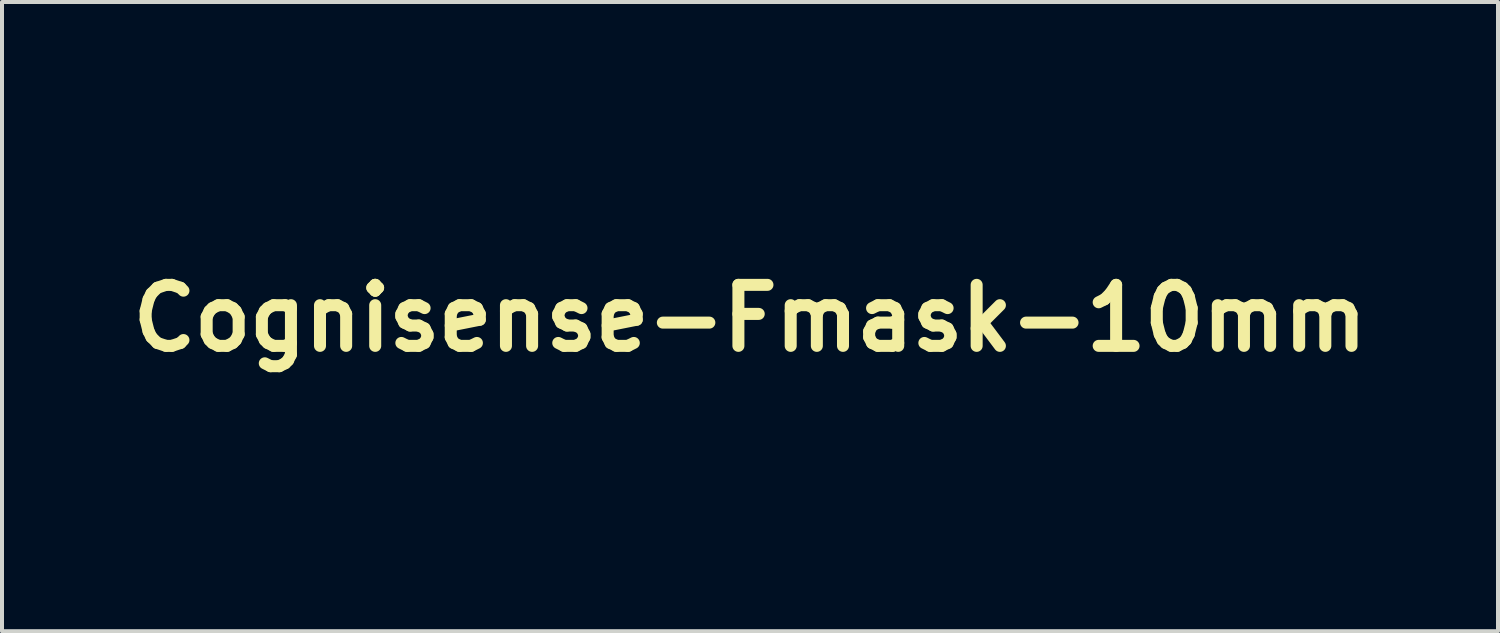
<source format=kicad_pcb>
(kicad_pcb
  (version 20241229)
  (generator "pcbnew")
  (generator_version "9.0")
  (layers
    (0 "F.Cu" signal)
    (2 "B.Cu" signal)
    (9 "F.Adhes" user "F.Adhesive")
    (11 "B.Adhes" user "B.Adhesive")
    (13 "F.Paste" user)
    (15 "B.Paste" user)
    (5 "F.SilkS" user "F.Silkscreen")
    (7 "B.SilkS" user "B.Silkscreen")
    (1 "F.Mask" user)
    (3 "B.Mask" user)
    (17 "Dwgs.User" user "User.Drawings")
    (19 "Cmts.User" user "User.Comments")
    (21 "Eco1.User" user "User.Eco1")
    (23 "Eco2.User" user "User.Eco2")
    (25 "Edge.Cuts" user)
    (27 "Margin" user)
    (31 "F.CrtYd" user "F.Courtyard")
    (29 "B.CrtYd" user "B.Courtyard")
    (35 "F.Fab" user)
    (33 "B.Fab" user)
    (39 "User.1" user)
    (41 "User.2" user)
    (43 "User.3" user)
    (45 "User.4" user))
  (footprint "Cognisense-Fmask-10mm"
    (layer "F.Cu")
    (at 15.683 4.899)
    (property "Reference" "Cognisense-Fmask-10mm" (at 0 0 0) (layer "F.SilkS") (effects (font (size 1.524 1.524) (thickness 0.3))))
    (attr through_hole)
    (fp_poly (pts (xy 3.035 0.132) (xy 3.021 0.254) (xy 3.012 0.359) (xy 3.012 0.386) (xy 3.007 0.43) (xy 2.986 0.456) (xy 2.937 0.465) (xy 2.848 0.458) (xy 2.708 0.435) (xy 2.564 0.408) (xy 2.279 0.354) (xy 2.3 0.245) (xy 2.317 0.134) (xy 2.322 0.05) (xy 2.325 0.011) (xy 2.342 -0.014) (xy 2.386 -0.028) (xy 2.47 -0.035) (xy 2.609 -0.036) (xy 2.69 -0.036) (xy 3.058 -0.036) (xy 3.035 0.132)) (stroke (width 0.01) (type solid)) (fill yes) (layer "F.Mask"))
    (fp_poly (pts (xy 2.267 0.701) (xy 2.362 0.732) (xy 2.482 0.775) (xy 2.611 0.823) (xy 2.73 0.869) (xy 2.821 0.908) (xy 2.865 0.931) (xy 2.867 0.933) (xy 2.851 0.99) (xy 2.812 1.082) (xy 2.759 1.187) (xy 2.705 1.286) (xy 2.659 1.356) (xy 2.635 1.378) (xy 2.587 1.361) (xy 2.494 1.314) (xy 2.373 1.246) (xy 2.322 1.216) (xy 2.201 1.141) (xy 2.108 1.077) (xy 2.058 1.035) (xy 2.053 1.026) (xy 2.057 1.011) (xy 2.105 1.011) (xy 2.134 1.044) (xy 2.213 1.1) (xy 2.326 1.169) (xy 2.368 1.193) (xy 2.631 1.339) (xy 2.727 1.15) (xy 2.777 1.048) (xy 2.807 0.974) (xy 2.812 0.95) (xy 2.775 0.932) (xy 2.69 0.898) (xy 2.578 0.855) (xy 2.456 0.811) (xy 2.345 0.771) (xy 2.263 0.744) (xy 2.229 0.736) (xy 2.199 0.788) (xy 2.159 0.871) (xy 2.123 0.954) (xy 2.105 1.008) (xy 2.105 1.011) (xy 2.057 1.011) (xy 2.071 0.963) (xy 2.108 0.874) (xy 2.153 0.782) (xy 2.194 0.713) (xy 2.217 0.689) (xy 2.267 0.701)) (stroke (width 0.01) (type solid)) (fill yes) (layer "F.Mask"))
    (fp_poly (pts (xy 2.865 -0.985) (xy 2.894 -0.905) (xy 2.929 -0.798) (xy 2.962 -0.686) (xy 2.987 -0.591) (xy 2.987 -0.59) (xy 2.997 -0.527) (xy 2.993 -0.508) (xy 2.955 -0.502) (xy 2.863 -0.485) (xy 2.735 -0.461) (xy 2.697 -0.454) (xy 2.524 -0.421) (xy 2.409 -0.405) (xy 2.337 -0.411) (xy 2.296 -0.44) (xy 2.27 -0.499) (xy 2.249 -0.583) (xy 2.227 -0.688) (xy 2.221 -0.731) (xy 2.25 -0.731) (xy 2.263 -0.65) (xy 2.293 -0.557) (xy 2.331 -0.478) (xy 2.365 -0.438) (xy 2.369 -0.437) (xy 2.425 -0.444) (xy 2.53 -0.462) (xy 2.658 -0.486) (xy 2.784 -0.512) (xy 2.88 -0.537) (xy 2.925 -0.555) (xy 2.926 -0.555) (xy 2.934 -0.604) (xy 2.92 -0.692) (xy 2.892 -0.794) (xy 2.857 -0.884) (xy 2.823 -0.938) (xy 2.811 -0.943) (xy 2.752 -0.932) (xy 2.653 -0.901) (xy 2.535 -0.859) (xy 2.417 -0.813) (xy 2.318 -0.771) (xy 2.259 -0.74) (xy 2.25 -0.731) (xy 2.221 -0.731) (xy 2.217 -0.761) (xy 2.219 -0.78) (xy 2.256 -0.797) (xy 2.343 -0.832) (xy 2.459 -0.876) (xy 2.587 -0.924) (xy 2.706 -0.968) (xy 2.799 -1.001) (xy 2.846 -1.016) (xy 2.848 -1.016) (xy 2.865 -0.985)) (stroke (width 0.01) (type solid)) (fill yes) (layer "F.Mask"))
    (fp_poly (pts (xy 0.677 -4.88) (xy 0.98 -4.842) (xy 1.3 -4.779) (xy 1.506 -4.729) (xy 1.657 -4.684) (xy 1.832 -4.623) (xy 2.019 -4.552) (xy 2.202 -4.477) (xy 2.369 -4.403) (xy 2.504 -4.336) (xy 2.595 -4.283) (xy 2.624 -4.256) (xy 2.615 -4.216) (xy 2.578 -4.13) (xy 2.522 -4.017) (xy 2.457 -3.892) (xy 2.392 -3.774) (xy 2.334 -3.68) (xy 2.303 -3.635) (xy 2.269 -3.645) (xy 2.186 -3.681) (xy 2.072 -3.735) (xy 2.045 -3.748) (xy 1.879 -3.831) (xy 1.765 -3.881) (xy 1.69 -3.895) (xy 1.64 -3.869) (xy 1.6 -3.801) (xy 1.558 -3.688) (xy 1.54 -3.639) (xy 1.491 -3.505) (xy 1.45 -3.399) (xy 1.423 -3.338) (xy 1.418 -3.331) (xy 1.376 -3.328) (xy 1.282 -3.343) (xy 1.158 -3.373) (xy 1.143 -3.377) (xy 1.013 -3.41) (xy 0.909 -3.43) (xy 0.852 -3.434) (xy 0.85 -3.433) (xy 0.828 -3.393) (xy 0.801 -3.298) (xy 0.774 -3.165) (xy 0.764 -3.104) (xy 0.718 -2.79) (xy 0.218 -2.84) (xy 0.218 -2.141) (xy 0.062 -2.141) (xy -0.242 -2.107) (xy -0.55 -2.01) (xy -0.85 -1.858) (xy -1.131 -1.659) (xy -1.379 -1.421) (xy -1.585 -1.153) (xy -1.682 -0.98) (xy -1.829 -0.608) (xy -1.904 -0.24) (xy -1.907 0.127) (xy -1.839 0.497) (xy -1.698 0.873) (xy -1.671 0.929) (xy -1.486 1.226) (xy -1.246 1.494) (xy -0.963 1.721) (xy -0.651 1.897) (xy -0.322 2.012) (xy -0.308 2.015) (xy -0.025 2.058) (xy 0.28 2.068) (xy 0.574 2.042) (xy 0.708 2.016) (xy 0.825 1.993) (xy 0.914 1.983) (xy 0.949 1.989) (xy 0.971 2.033) (xy 1.01 2.127) (xy 1.057 2.255) (xy 1.072 2.296) (xy 1.123 2.435) (xy 1.161 2.517) (xy 1.194 2.554) (xy 1.23 2.559) (xy 1.248 2.555) (xy 1.359 2.51) (xy 1.503 2.437) (xy 1.655 2.351) (xy 1.788 2.265) (xy 1.853 2.216) (xy 1.974 2.116) (xy 1.767 1.872) (xy 1.674 1.76) (xy 1.603 1.669) (xy 1.564 1.612) (xy 1.56 1.602) (xy 1.584 1.563) (xy 1.646 1.494) (xy 1.698 1.44) (xy 1.837 1.305) (xy 2.358 1.744) (xy 2.88 2.183) (xy 2.946 2.098) (xy 3.006 2.016) (xy 3.081 1.907) (xy 3.112 1.86) (xy 3.173 1.772) (xy 3.219 1.716) (xy 3.234 1.705) (xy 3.273 1.722) (xy 3.36 1.767) (xy 3.48 1.833) (xy 3.55 1.872) (xy 3.687 1.951) (xy 3.771 2.004) (xy 3.812 2.043) (xy 3.819 2.078) (xy 3.802 2.121) (xy 3.795 2.135) (xy 3.749 2.211) (xy 3.674 2.323) (xy 3.587 2.447) (xy 3.577 2.46) (xy 3.408 2.689) (xy 2.885 2.253) (xy 2.694 2.441) (xy 2.602 2.534) (xy 2.534 2.608) (xy 2.504 2.647) (xy 2.504 2.649) (xy 2.526 2.682) (xy 2.587 2.762) (xy 2.681 2.879) (xy 2.799 3.023) (xy 2.922 3.172) (xy 3.078 3.359) (xy 3.191 3.498) (xy 3.26 3.602) (xy 3.286 3.682) (xy 3.269 3.749) (xy 3.208 3.815) (xy 3.103 3.89) (xy 2.955 3.987) (xy 2.921 4.009) (xy 2.503 4.262) (xy 2.08 4.464) (xy 1.629 4.628) (xy 1.292 4.723) (xy 1.162 4.752) (xy 1.024 4.774) (xy 0.863 4.789) (xy 0.665 4.8) (xy 0.414 4.807) (xy 0.308 4.809) (xy 0.086 4.812) (xy -0.116 4.812) (xy -0.286 4.811) (xy -0.409 4.808) (xy -0.472 4.804) (xy -0.877 4.721) (xy -1.231 4.626) (xy -1.559 4.512) (xy -1.881 4.37) (xy -2.036 4.293) (xy -2.546 3.99) (xy -3.009 3.634) (xy -3.151 3.494) (xy 0.218 3.494) (xy 0.218 4.111) (xy 0.553 4.09) (xy 0.75 4.07) (xy 0.975 4.034) (xy 1.188 3.991) (xy 1.239 3.979) (xy 1.442 3.919) (xy 1.667 3.839) (xy 1.874 3.756) (xy 1.92 3.735) (xy 2.205 3.602) (xy 2.329 3.602) (xy 2.44 3.788) (xy 2.509 3.904) (xy 2.571 4.007) (xy 2.6 4.054) (xy 2.65 4.135) (xy 2.822 4.029) (xy 2.954 3.941) (xy 3.089 3.84) (xy 3.138 3.799) (xy 3.281 3.676) (xy 3.101 3.455) (xy 3.013 3.35) (xy 2.941 3.272) (xy 2.898 3.233) (xy 2.893 3.231) (xy 2.853 3.25) (xy 2.769 3.301) (xy 2.655 3.376) (xy 2.597 3.416) (xy 2.329 3.602) (xy 2.205 3.602) (xy 2.25 3.582) (xy 2.118 3.342) (xy 2.051 3.223) (xy 1.996 3.128) (xy 1.963 3.077) (xy 1.961 3.075) (xy 1.919 3.076) (xy 1.829 3.104) (xy 1.708 3.153) (xy 1.666 3.172) (xy 1.262 3.326) (xy 0.833 3.43) (xy 0.518 3.471) (xy 0.218 3.494) (xy -3.151 3.494) (xy -3.344 3.304) (xy -0.349 3.304) (xy -0.347 3.362) (xy -0.347 3.363) (xy -0.298 3.397) (xy -0.19 3.42) (xy -0.035 3.433) (xy 0.155 3.435) (xy 0.367 3.426) (xy 0.59 3.405) (xy 0.689 3.392) (xy 1.181 3.285) (xy 1.645 3.113) (xy 2.076 2.879) (xy 2.468 2.584) (xy 2.666 2.397) (xy 2.846 2.213) (xy 2.703 2.095) (xy 2.598 2.008) (xy 2.5 1.926) (xy 2.469 1.9) (xy 2.378 1.822) (xy 2.171 2.014) (xy 1.874 2.252) (xy 1.534 2.463) (xy 1.181 2.629) (xy 1.096 2.66) (xy 0.957 2.706) (xy 0.834 2.739) (xy 0.707 2.761) (xy 0.555 2.776) (xy 0.36 2.787) (xy 0.254 2.792) (xy -0.271 2.812) (xy -0.317 3.066) (xy -0.338 3.198) (xy -0.349 3.304) (xy -3.344 3.304) (xy -3.422 3.227) (xy -3.782 2.774) (xy -4.087 2.278) (xy -4.184 2.069) (xy -3.378 2.069) (xy -3.191 2.34) (xy -3.109 2.461) (xy -3.052 2.538) (xy -3.003 2.57) (xy -2.948 2.56) (xy -2.871 2.507) (xy -2.755 2.412) (xy -2.693 2.362) (xy -2.608 2.287) (xy -2.552 2.228) (xy -2.54 2.205) (xy -2.56 2.161) (xy -2.613 2.08) (xy -2.665 2.009) (xy -2.736 1.912) (xy -2.788 1.834) (xy -2.805 1.803) (xy -2.845 1.792) (xy -2.94 1.823) (xy -3.085 1.896) (xy -3.258 1.997) (xy -3.378 2.069) (xy -4.184 2.069) (xy -4.335 1.742) (xy -4.521 1.171) (xy -4.596 0.848) (xy -4.635 0.576) (xy -4.657 0.257) (xy -4.661 -0.073) (xy -4.624 -0.073) (xy -4.621 0.233) (xy -4.609 0.468) (xy -4.587 0.634) (xy -4.556 0.731) (xy -4.516 0.762) (xy -4.456 0.756) (xy -4.348 0.741) (xy -4.219 0.72) (xy -3.973 0.678) (xy -3.972 0.411) (xy -3.229 0.411) (xy -3.209 0.607) (xy -3.153 0.844) (xy -3.068 1.105) (xy -2.96 1.371) (xy -2.835 1.626) (xy -2.711 1.836) (xy -2.615 1.972) (xy -2.502 2.117) (xy -2.384 2.26) (xy -2.269 2.388) (xy -2.169 2.491) (xy -2.093 2.556) (xy -2.056 2.574) (xy -2.014 2.547) (xy -1.943 2.476) (xy -1.855 2.376) (xy -1.837 2.355) (xy -1.661 2.138) (xy -1.839 1.949) (xy -2.06 1.689) (xy -2.244 1.411) (xy -2.353 1.209) (xy -2.426 1.044) (xy -2.495 0.855) (xy -2.554 0.663) (xy -2.595 0.49) (xy -2.612 0.359) (xy -2.613 0.349) (xy -2.613 0.244) (xy -2.836 0.267) (xy -2.97 0.28) (xy -3.086 0.288) (xy -3.144 0.29) (xy -3.203 0.301) (xy -3.226 0.349) (xy -3.229 0.411) (xy -3.972 0.411) (xy -3.971 -0.033) (xy -3.97 -0.188) (xy -2.575 -0.188) (xy -2.57 -0.003) (xy -2.568 0.046) (xy -2.557 0.269) (xy -2.542 0.441) (xy -2.518 0.585) (xy -2.483 0.721) (xy -2.452 0.816) (xy -2.271 1.243) (xy -2.034 1.625) (xy -1.74 1.961) (xy -1.571 2.113) (xy -1.394 2.244) (xy -1.19 2.37) (xy -0.974 2.485) (xy -0.763 2.581) (xy -0.573 2.649) (xy -0.421 2.681) (xy -0.397 2.682) (xy -0.35 2.68) (xy -0.319 2.658) (xy -0.296 2.603) (xy -0.274 2.501) (xy -0.256 2.393) (xy -0.236 2.258) (xy -0.223 2.153) (xy -0.222 2.124) (xy 0.624 2.124) (xy 0.633 2.217) (xy 0.65 2.346) (xy 0.657 2.391) (xy 0.685 2.549) (xy 0.717 2.644) (xy 0.768 2.685) (xy 0.847 2.684) (xy 0.969 2.648) (xy 0.983 2.643) (xy 1.068 2.614) (xy 1.116 2.594) (xy 1.118 2.593) (xy 1.112 2.557) (xy 1.086 2.469) (xy 1.046 2.347) (xy 1.031 2.304) (xy 0.931 2.025) (xy 0.785 2.048) (xy 0.69 2.066) (xy 0.632 2.081) (xy 0.625 2.084) (xy 0.624 2.124) (xy -0.222 2.124) (xy -0.221 2.097) (xy -0.222 2.093) (xy -0.261 2.078) (xy -0.351 2.048) (xy -0.473 2.009) (xy -0.49 2.004) (xy -0.824 1.862) (xy -1.127 1.662) (xy -1.392 1.41) (xy -1.612 1.118) (xy -1.783 0.792) (xy -1.899 0.441) (xy -1.952 0.075) (xy -1.953 -0.127) (xy -1.942 -0.381) (xy -2.209 -0.428) (xy -2.346 -0.449) (xy -2.46 -0.459) (xy -2.527 -0.456) (xy -2.531 -0.455) (xy -2.553 -0.436) (xy -2.567 -0.393) (xy -2.574 -0.314) (xy -2.575 -0.188) (xy -3.97 -0.188) (xy -3.97 -0.286) (xy -3.969 -0.345) (xy -3.248 -0.345) (xy -3.066 -0.322) (xy -2.929 -0.31) (xy -2.798 -0.304) (xy -2.758 -0.304) (xy -2.681 -0.311) (xy -2.64 -0.339) (xy -2.618 -0.407) (xy -2.607 -0.478) (xy -2.513 -0.89) (xy -2.354 -1.281) (xy -2.137 -1.645) (xy -1.967 -1.853) (xy -1.887 -1.853) (xy -1.861 -1.818) (xy -1.792 -1.751) (xy -1.694 -1.663) (xy -1.665 -1.638) (xy -1.444 -1.451) (xy -1.253 -1.626) (xy -1.117 -1.735) (xy -0.953 -1.848) (xy -0.812 -1.932) (xy -0.663 -2.003) (xy -0.512 -2.066) (xy -0.391 -2.106) (xy -0.39 -2.106) (xy -0.304 -2.129) (xy -0.251 -2.156) (xy -0.227 -2.202) (xy -0.227 -2.281) (xy -0.245 -2.409) (xy -0.261 -2.503) (xy -0.287 -2.636) (xy -0.317 -2.717) (xy -0.366 -2.752) (xy -0.448 -2.748) (xy -0.578 -2.71) (xy -0.663 -2.682) (xy -1.066 -2.511) (xy -1.428 -2.285) (xy -1.634 -2.114) (xy -1.743 -2.01) (xy -1.829 -1.924) (xy -1.879 -1.867) (xy -1.887 -1.853) (xy -1.967 -1.853) (xy -1.868 -1.974) (xy -1.554 -2.262) (xy -1.202 -2.502) (xy -0.817 -2.687) (xy -0.407 -2.81) (xy -0.399 -2.812) (xy -0.243 -2.84) (xy -0.089 -2.86) (xy 0.021 -2.867) (xy 0.181 -2.867) (xy 0.181 -3.523) (xy 0.064 -3.505) (xy -0.039 -3.491) (xy -0.177 -3.474) (xy -0.272 -3.463) (xy -0.685 -3.386) (xy -1.101 -3.245) (xy -1.505 -3.049) (xy -1.882 -2.803) (xy -2.144 -2.586) (xy -2.411 -2.303) (xy -2.655 -1.977) (xy -2.866 -1.622) (xy -3.037 -1.254) (xy -3.161 -0.888) (xy -3.23 -0.539) (xy -3.235 -0.488) (xy -3.248 -0.345) (xy -3.969 -0.345) (xy -3.966 -0.481) (xy -3.959 -0.633) (xy -3.947 -0.757) (xy -3.928 -0.869) (xy -3.902 -0.983) (xy -3.874 -1.088) (xy -3.835 -1.235) (xy -3.806 -1.353) (xy -3.791 -1.427) (xy -3.791 -1.444) (xy -3.828 -1.461) (xy -3.916 -1.497) (xy -4.039 -1.544) (xy -4.078 -1.559) (xy -4.354 -1.662) (xy -4.425 -1.429) (xy -4.536 -0.995) (xy -4.601 -0.552) (xy -4.624 -0.074) (xy -4.624 -0.073) (xy -4.661 -0.073) (xy -4.661 -0.085) (xy -4.648 -0.429) (xy -4.619 -0.75) (xy -4.577 -1.006) (xy -4.418 -1.589) (xy -4.195 -2.137) (xy -3.909 -2.649) (xy -3.832 -2.755) (xy -2.903 -2.755) (xy -2.877 -2.72) (xy -2.808 -2.653) (xy -2.71 -2.566) (xy -2.681 -2.542) (xy -2.459 -2.357) (xy -2.2 -2.603) (xy -2.061 -2.729) (xy -1.912 -2.853) (xy -1.781 -2.953) (xy -1.742 -2.98) (xy -1.601 -3.067) (xy -1.433 -3.162) (xy -1.295 -3.234) (xy -1.178 -3.292) (xy -1.106 -3.34) (xy -1.073 -3.392) (xy -1.077 -3.466) (xy -1.112 -3.578) (xy -1.165 -3.722) (xy -1.211 -3.834) (xy -1.247 -3.89) (xy -1.286 -3.904) (xy -1.319 -3.897) (xy -1.427 -3.855) (xy -1.576 -3.783) (xy -1.747 -3.694) (xy -1.92 -3.597) (xy -2.074 -3.504) (xy -2.123 -3.472) (xy -2.22 -3.4) (xy -2.341 -3.301) (xy -2.474 -3.187) (xy -2.606 -3.067) (xy -2.727 -2.953) (xy -2.824 -2.855) (xy -2.886 -2.784) (xy -2.903 -2.755) (xy -3.832 -2.755) (xy -3.56 -3.126) (xy -3.249 -3.468) (xy -2.799 -3.87) (xy -2.318 -4.207) (xy -1.806 -4.479) (xy -1.263 -4.685) (xy -1.025 -4.752) (xy -1.019 -4.754) (xy -0.59 -4.754) (xy -0.586 -4.658) (xy -0.568 -4.538) (xy -0.543 -4.412) (xy -0.512 -4.298) (xy -0.481 -4.217) (xy -0.453 -4.187) (xy -0.45 -4.187) (xy -0.395 -4.197) (xy -0.286 -4.21) (xy -0.141 -4.223) (xy -0.047 -4.23) (xy 0.325 -4.234) (xy 0.715 -4.203) (xy 1.09 -4.138) (xy 1.302 -4.084) (xy 1.433 -4.044) (xy 1.536 -4.013) (xy 1.592 -3.997) (xy 1.597 -3.996) (xy 1.616 -4.026) (xy 1.652 -4.109) (xy 1.698 -4.229) (xy 1.718 -4.284) (xy 1.763 -4.418) (xy 1.795 -4.522) (xy 1.809 -4.582) (xy 1.809 -4.589) (xy 1.756 -4.614) (xy 1.648 -4.648) (xy 1.5 -4.689) (xy 1.329 -4.731) (xy 1.151 -4.77) (xy 0.982 -4.803) (xy 0.947 -4.809) (xy 0.746 -4.838) (xy 0.544 -4.854) (xy 0.318 -4.86) (xy 0.046 -4.856) (xy 0.012 -4.855) (xy -0.183 -4.847) (xy -0.353 -4.836) (xy -0.483 -4.824) (xy -0.562 -4.811) (xy -0.578 -4.805) (xy -0.59 -4.754) (xy -1.019 -4.754) (xy -0.854 -4.795) (xy -0.719 -4.826) (xy -0.6 -4.848) (xy -0.477 -4.862) (xy -0.333 -4.873) (xy -0.148 -4.882) (xy 0.005 -4.888) (xy 0.362 -4.894) (xy 0.677 -4.88)) (stroke (width 0.01) (type solid)) (fill yes) (layer "F.Mask")))
  (gr_rect
    (start -3 -3)
    (end 34.365 12.716)
    (stroke (width 0.1) (type default))
    (fill no)
    (layer "Edge.Cuts")))
</source>
